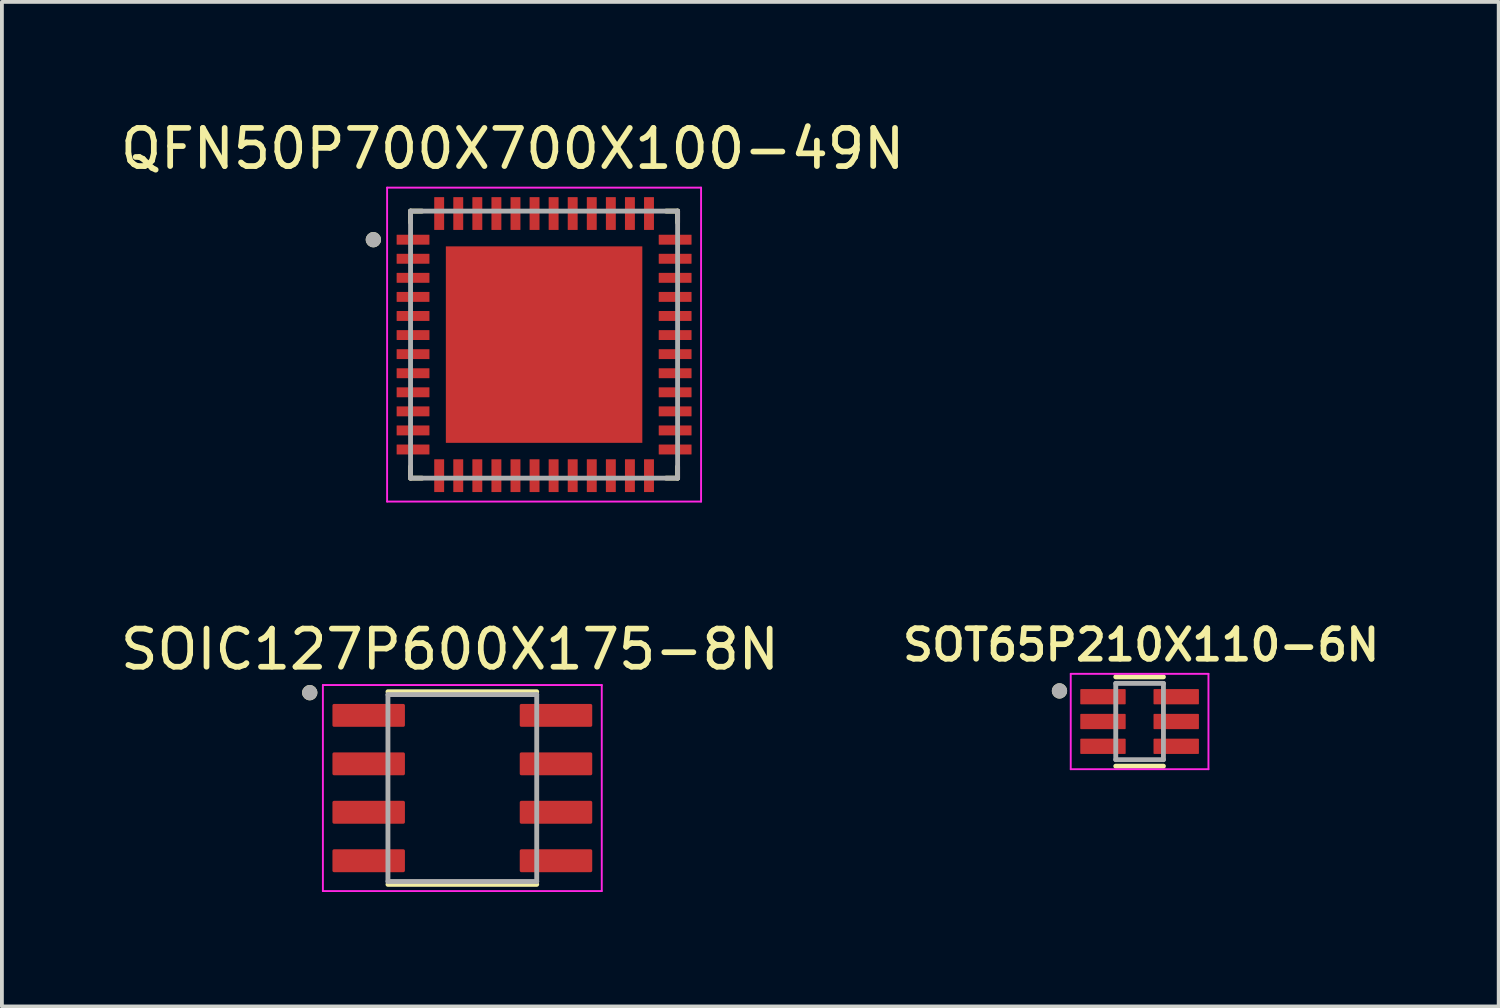
<source format=kicad_pcb>
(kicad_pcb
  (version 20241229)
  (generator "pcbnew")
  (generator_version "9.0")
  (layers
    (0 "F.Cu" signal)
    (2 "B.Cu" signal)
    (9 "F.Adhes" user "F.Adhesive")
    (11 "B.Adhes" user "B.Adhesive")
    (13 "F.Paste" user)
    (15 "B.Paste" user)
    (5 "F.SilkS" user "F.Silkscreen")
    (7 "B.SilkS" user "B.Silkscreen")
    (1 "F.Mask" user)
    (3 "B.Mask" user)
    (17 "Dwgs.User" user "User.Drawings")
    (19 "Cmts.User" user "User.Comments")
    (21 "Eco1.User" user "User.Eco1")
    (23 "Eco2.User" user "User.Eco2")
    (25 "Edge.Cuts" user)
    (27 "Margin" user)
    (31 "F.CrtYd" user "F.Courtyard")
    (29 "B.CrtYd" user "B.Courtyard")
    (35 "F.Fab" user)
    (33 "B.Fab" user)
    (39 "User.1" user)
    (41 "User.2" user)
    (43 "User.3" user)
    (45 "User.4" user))
  (footprint "SOIC127P600X175-8N"
    (layer "F.Cu")
    (at 9.069 17.607)
    (property "Reference" "SOIC127P600X175-8N" (at -0.325 -3.635 0) (layer "F.SilkS") (effects (font (size 1 1) (thickness 0.15))))
    (attr smd)
    (fp_line (start -1.95 -2.525) (end 1.95 -2.525) (stroke (width 0.127) (type solid)) (layer "F.SilkS"))
    (fp_line (start -1.95 2.525) (end 1.95 2.525) (stroke (width 0.127) (type solid)) (layer "F.SilkS"))
    (fp_circle (center -4 -2.5) (end -3.9 -2.5) (stroke (width 0.2) (type solid)) (fill no) (layer "F.SilkS"))
    (fp_line (start -3.655 -2.7) (end -3.655 2.7) (stroke (width 0.05) (type solid)) (layer "F.CrtYd"))
    (fp_line (start -3.655 -2.7) (end 3.655 -2.7) (stroke (width 0.05) (type solid)) (layer "F.CrtYd"))
    (fp_line (start -3.655 2.7) (end 3.655 2.7) (stroke (width 0.05) (type solid)) (layer "F.CrtYd"))
    (fp_line (start 3.655 -2.7) (end 3.655 2.7) (stroke (width 0.05) (type solid)) (layer "F.CrtYd"))
    (fp_line (start -1.95 -2.45) (end -1.95 2.45) (stroke (width 0.127) (type solid)) (layer "F.Fab"))
    (fp_line (start -1.95 -2.45) (end 1.95 -2.45) (stroke (width 0.127) (type solid)) (layer "F.Fab"))
    (fp_line (start -1.95 2.45) (end 1.95 2.45) (stroke (width 0.127) (type solid)) (layer "F.Fab"))
    (fp_line (start 1.95 -2.45) (end 1.95 2.45) (stroke (width 0.127) (type solid)) (layer "F.Fab"))
    (fp_circle (center -4 -2.5) (end -3.9 -2.5) (stroke (width 0.2) (type solid)) (fill no) (layer "F.Fab"))
    (pad "1" smd roundrect (at -2.455 -1.905) (size 1.9 0.6) (layers "F.Cu" "F.Mask" "F.Paste") (roundrect_rratio 0.07))
    (pad "2" smd roundrect (at -2.455 -0.635) (size 1.9 0.6) (layers "F.Cu" "F.Mask" "F.Paste") (roundrect_rratio 0.07))
    (pad "3" smd roundrect (at -2.455 0.635) (size 1.9 0.6) (layers "F.Cu" "F.Mask" "F.Paste") (roundrect_rratio 0.07))
    (pad "4" smd roundrect (at -2.455 1.905) (size 1.9 0.6) (layers "F.Cu" "F.Mask" "F.Paste") (roundrect_rratio 0.07))
    (pad "5" smd roundrect (at 2.455 1.905) (size 1.9 0.6) (layers "F.Cu" "F.Mask" "F.Paste") (roundrect_rratio 0.07))
    (pad "6" smd roundrect (at 2.455 0.635) (size 1.9 0.6) (layers "F.Cu" "F.Mask" "F.Paste") (roundrect_rratio 0.07))
    (pad "7" smd roundrect (at 2.455 -0.635) (size 1.9 0.6) (layers "F.Cu" "F.Mask" "F.Paste") (roundrect_rratio 0.07))
    (pad "8" smd roundrect (at 2.455 -1.905) (size 1.9 0.6) (layers "F.Cu" "F.Mask" "F.Paste") (roundrect_rratio 0.07)))
  (footprint "QFN50P700X700X100-49N"
    (layer "F.Cu")
    (at 11.212 5.983)
    (property "Reference" "QFN50P700X700X100-49N" (at -0.825 -5.135 0) (layer "F.SilkS") (effects (font (size 1 1) (thickness 0.15))))
    (attr smd)
    (fp_line (start -3.5 -3.5) (end -3.5 -3.2) (stroke (width 0.127) (type solid)) (layer "F.SilkS"))
    (fp_line (start -3.5 -3.5) (end -3.2 -3.5) (stroke (width 0.127) (type solid)) (layer "F.SilkS"))
    (fp_line (start -3.5 3.5) (end -3.5 3.2) (stroke (width 0.127) (type solid)) (layer "F.SilkS"))
    (fp_line (start -3.5 3.5) (end -3.2 3.5) (stroke (width 0.127) (type solid)) (layer "F.SilkS"))
    (fp_line (start 3.5 -3.5) (end 3.2 -3.5) (stroke (width 0.127) (type solid)) (layer "F.SilkS"))
    (fp_line (start 3.5 -3.5) (end 3.5 -3.2) (stroke (width 0.127) (type solid)) (layer "F.SilkS"))
    (fp_line (start 3.5 3.5) (end 3.2 3.5) (stroke (width 0.127) (type solid)) (layer "F.SilkS"))
    (fp_line (start 3.5 3.5) (end 3.5 3.2) (stroke (width 0.127) (type solid)) (layer "F.SilkS"))
    (fp_circle (center -4.475 -2.75) (end -4.375 -2.75) (stroke (width 0.2) (type solid)) (fill no) (layer "F.SilkS"))
    (fp_poly (pts (xy -2.1 -2.1) (xy -0.48 -2.1) (xy -0.48 -0.48) (xy -2.1 -0.48)) (stroke (width 0.01) (type solid)) (fill yes) (layer "F.Paste"))
    (fp_poly (pts (xy -2.1 0.48) (xy -0.48 0.48) (xy -0.48 2.1) (xy -2.1 2.1)) (stroke (width 0.01) (type solid)) (fill yes) (layer "F.Paste"))
    (fp_poly (pts (xy 0.48 -2.1) (xy 2.1 -2.1) (xy 2.1 -0.48) (xy 0.48 -0.48)) (stroke (width 0.01) (type solid)) (fill yes) (layer "F.Paste"))
    (fp_poly (pts (xy 0.48 0.48) (xy 2.1 0.48) (xy 2.1 2.1) (xy 0.48 2.1)) (stroke (width 0.01) (type solid)) (fill yes) (layer "F.Paste"))
    (fp_line (start -4.115 -4.115) (end 4.115 -4.115) (stroke (width 0.05) (type solid)) (layer "F.CrtYd"))
    (fp_line (start -4.115 4.115) (end -4.115 -4.115) (stroke (width 0.05) (type solid)) (layer "F.CrtYd"))
    (fp_line (start -4.115 4.115) (end 4.115 4.115) (stroke (width 0.05) (type solid)) (layer "F.CrtYd"))
    (fp_line (start 4.115 4.115) (end 4.115 -4.115) (stroke (width 0.05) (type solid)) (layer "F.CrtYd"))
    (fp_line (start -3.5 3.5) (end -3.5 -3.5) (stroke (width 0.127) (type solid)) (layer "F.Fab"))
    (fp_line (start 3.5 -3.5) (end -3.5 -3.5) (stroke (width 0.127) (type solid)) (layer "F.Fab"))
    (fp_line (start 3.5 3.5) (end -3.5 3.5) (stroke (width 0.127) (type solid)) (layer "F.Fab"))
    (fp_line (start 3.5 3.5) (end 3.5 -3.5) (stroke (width 0.127) (type solid)) (layer "F.Fab"))
    (fp_circle (center -4.475 -2.75) (end -4.375 -2.75) (stroke (width 0.2) (type solid)) (fill no) (layer "F.Fab"))
    (pad "1" smd roundrect (at -3.435 -2.75) (size 0.86 0.26) (layers "F.Cu" "F.Mask" "F.Paste") (roundrect_rratio 0.03))
    (pad "2" smd roundrect (at -3.435 -2.25) (size 0.86 0.26) (layers "F.Cu" "F.Mask" "F.Paste") (roundrect_rratio 0.03))
    (pad "3" smd roundrect (at -3.435 -1.75) (size 0.86 0.26) (layers "F.Cu" "F.Mask" "F.Paste") (roundrect_rratio 0.03))
    (pad "4" smd roundrect (at -3.435 -1.25) (size 0.86 0.26) (layers "F.Cu" "F.Mask" "F.Paste") (roundrect_rratio 0.03))
    (pad "5" smd roundrect (at -3.435 -0.75) (size 0.86 0.26) (layers "F.Cu" "F.Mask" "F.Paste") (roundrect_rratio 0.03))
    (pad "6" smd roundrect (at -3.435 -0.25) (size 0.86 0.26) (layers "F.Cu" "F.Mask" "F.Paste") (roundrect_rratio 0.03))
    (pad "7" smd roundrect (at -3.435 0.25) (size 0.86 0.26) (layers "F.Cu" "F.Mask" "F.Paste") (roundrect_rratio 0.03))
    (pad "8" smd roundrect (at -3.435 0.75) (size 0.86 0.26) (layers "F.Cu" "F.Mask" "F.Paste") (roundrect_rratio 0.03))
    (pad "9" smd roundrect (at -3.435 1.25) (size 0.86 0.26) (layers "F.Cu" "F.Mask" "F.Paste") (roundrect_rratio 0.03))
    (pad "10" smd roundrect (at -3.435 1.75) (size 0.86 0.26) (layers "F.Cu" "F.Mask" "F.Paste") (roundrect_rratio 0.03))
    (pad "11" smd roundrect (at -3.435 2.25) (size 0.86 0.26) (layers "F.Cu" "F.Mask" "F.Paste") (roundrect_rratio 0.03))
    (pad "12" smd roundrect (at -3.435 2.75) (size 0.86 0.26) (layers "F.Cu" "F.Mask" "F.Paste") (roundrect_rratio 0.03))
    (pad "13" smd roundrect (at -2.75 3.435 90) (size 0.86 0.26) (layers "F.Cu" "F.Mask" "F.Paste") (roundrect_rratio 0.03))
    (pad "14" smd roundrect (at -2.25 3.435 90) (size 0.86 0.26) (layers "F.Cu" "F.Mask" "F.Paste") (roundrect_rratio 0.03))
    (pad "15" smd roundrect (at -1.75 3.435 90) (size 0.86 0.26) (layers "F.Cu" "F.Mask" "F.Paste") (roundrect_rratio 0.03))
    (pad "16" smd roundrect (at -1.25 3.435 90) (size 0.86 0.26) (layers "F.Cu" "F.Mask" "F.Paste") (roundrect_rratio 0.03))
    (pad "17" smd roundrect (at -0.75 3.435 90) (size 0.86 0.26) (layers "F.Cu" "F.Mask" "F.Paste") (roundrect_rratio 0.03))
    (pad "18" smd roundrect (at -0.25 3.435 90) (size 0.86 0.26) (layers "F.Cu" "F.Mask" "F.Paste") (roundrect_rratio 0.03))
    (pad "19" smd roundrect (at 0.25 3.435 90) (size 0.86 0.26) (layers "F.Cu" "F.Mask" "F.Paste") (roundrect_rratio 0.03))
    (pad "20" smd roundrect (at 0.75 3.435 90) (size 0.86 0.26) (layers "F.Cu" "F.Mask" "F.Paste") (roundrect_rratio 0.03))
    (pad "21" smd roundrect (at 1.25 3.435 90) (size 0.86 0.26) (layers "F.Cu" "F.Mask" "F.Paste") (roundrect_rratio 0.03))
    (pad "22" smd roundrect (at 1.75 3.435 90) (size 0.86 0.26) (layers "F.Cu" "F.Mask" "F.Paste") (roundrect_rratio 0.03))
    (pad "23" smd roundrect (at 2.25 3.435 90) (size 0.86 0.26) (layers "F.Cu" "F.Mask" "F.Paste") (roundrect_rratio 0.03))
    (pad "24" smd roundrect (at 2.75 3.435 90) (size 0.86 0.26) (layers "F.Cu" "F.Mask" "F.Paste") (roundrect_rratio 0.03))
    (pad "25" smd roundrect (at 3.435 2.75) (size 0.86 0.26) (layers "F.Cu" "F.Mask" "F.Paste") (roundrect_rratio 0.03))
    (pad "26" smd roundrect (at 3.435 2.25) (size 0.86 0.26) (layers "F.Cu" "F.Mask" "F.Paste") (roundrect_rratio 0.03))
    (pad "27" smd roundrect (at 3.435 1.75) (size 0.86 0.26) (layers "F.Cu" "F.Mask" "F.Paste") (roundrect_rratio 0.03))
    (pad "28" smd roundrect (at 3.435 1.25) (size 0.86 0.26) (layers "F.Cu" "F.Mask" "F.Paste") (roundrect_rratio 0.03))
    (pad "29" smd roundrect (at 3.435 0.75) (size 0.86 0.26) (layers "F.Cu" "F.Mask" "F.Paste") (roundrect_rratio 0.03))
    (pad "30" smd roundrect (at 3.435 0.25) (size 0.86 0.26) (layers "F.Cu" "F.Mask" "F.Paste") (roundrect_rratio 0.03))
    (pad "31" smd roundrect (at 3.435 -0.25) (size 0.86 0.26) (layers "F.Cu" "F.Mask" "F.Paste") (roundrect_rratio 0.03))
    (pad "32" smd roundrect (at 3.435 -0.75) (size 0.86 0.26) (layers "F.Cu" "F.Mask" "F.Paste") (roundrect_rratio 0.03))
    (pad "33" smd roundrect (at 3.435 -1.25) (size 0.86 0.26) (layers "F.Cu" "F.Mask" "F.Paste") (roundrect_rratio 0.03))
    (pad "34" smd roundrect (at 3.435 -1.75) (size 0.86 0.26) (layers "F.Cu" "F.Mask" "F.Paste") (roundrect_rratio 0.03))
    (pad "35" smd roundrect (at 3.435 -2.25) (size 0.86 0.26) (layers "F.Cu" "F.Mask" "F.Paste") (roundrect_rratio 0.03))
    (pad "36" smd roundrect (at 3.435 -2.75) (size 0.86 0.26) (layers "F.Cu" "F.Mask" "F.Paste") (roundrect_rratio 0.03))
    (pad "37" smd roundrect (at 2.75 -3.435 90) (size 0.86 0.26) (layers "F.Cu" "F.Mask" "F.Paste") (roundrect_rratio 0.03))
    (pad "38" smd roundrect (at 2.25 -3.435 90) (size 0.86 0.26) (layers "F.Cu" "F.Mask" "F.Paste") (roundrect_rratio 0.03))
    (pad "39" smd roundrect (at 1.75 -3.435 90) (size 0.86 0.26) (layers "F.Cu" "F.Mask" "F.Paste") (roundrect_rratio 0.03))
    (pad "40" smd roundrect (at 1.25 -3.435 90) (size 0.86 0.26) (layers "F.Cu" "F.Mask" "F.Paste") (roundrect_rratio 0.03))
    (pad "41" smd roundrect (at 0.75 -3.435 90) (size 0.86 0.26) (layers "F.Cu" "F.Mask" "F.Paste") (roundrect_rratio 0.03))
    (pad "42" smd roundrect (at 0.25 -3.435 90) (size 0.86 0.26) (layers "F.Cu" "F.Mask" "F.Paste") (roundrect_rratio 0.03))
    (pad "43" smd roundrect (at -0.25 -3.435 90) (size 0.86 0.26) (layers "F.Cu" "F.Mask" "F.Paste") (roundrect_rratio 0.03))
    (pad "44" smd roundrect (at -0.75 -3.435 90) (size 0.86 0.26) (layers "F.Cu" "F.Mask" "F.Paste") (roundrect_rratio 0.03))
    (pad "45" smd roundrect (at -1.25 -3.435 90) (size 0.86 0.26) (layers "F.Cu" "F.Mask" "F.Paste") (roundrect_rratio 0.03))
    (pad "46" smd roundrect (at -1.75 -3.435 90) (size 0.86 0.26) (layers "F.Cu" "F.Mask" "F.Paste") (roundrect_rratio 0.03))
    (pad "47" smd roundrect (at -2.25 -3.435 90) (size 0.86 0.26) (layers "F.Cu" "F.Mask" "F.Paste") (roundrect_rratio 0.03))
    (pad "48" smd roundrect (at -2.75 -3.435 90) (size 0.86 0.26) (layers "F.Cu" "F.Mask" "F.Paste") (roundrect_rratio 0.03))
    (pad "49" smd rect (at 0 0) (size 5.15 5.15) (layers "F.Cu" "F.Mask")))
  (footprint "SOT65P210X110-6N"
    (layer "F.Cu")
    (at 26.822 15.863)
    (property "Reference" "SOT65P210X110-6N" (at 0.04 -2.008 0) (layer "F.SilkS") (effects (font (size 0.8 0.8) (thickness 0.15))))
    (attr smd)
    (fp_line (start -0.625 -1.17) (end 0.625 -1.17) (stroke (width 0.127) (type solid)) (layer "F.SilkS"))
    (fp_line (start -0.625 1.17) (end 0.625 1.17) (stroke (width 0.127) (type solid)) (layer "F.SilkS"))
    (fp_circle (center -2.1 -0.802) (end -2 -0.802) (stroke (width 0.2) (type solid)) (fill no) (layer "F.SilkS"))
    (fp_line (start -1.805 -1.25) (end -1.805 1.25) (stroke (width 0.05) (type solid)) (layer "F.CrtYd"))
    (fp_line (start -1.805 1.25) (end 1.805 1.25) (stroke (width 0.05) (type solid)) (layer "F.CrtYd"))
    (fp_line (start 1.805 -1.25) (end -1.805 -1.25) (stroke (width 0.05) (type solid)) (layer "F.CrtYd"))
    (fp_line (start 1.805 1.25) (end 1.805 -1.25) (stroke (width 0.05) (type solid)) (layer "F.CrtYd"))
    (fp_line (start -0.625 -1) (end -0.625 1) (stroke (width 0.127) (type solid)) (layer "F.Fab"))
    (fp_line (start -0.625 1) (end 0.625 1) (stroke (width 0.127) (type solid)) (layer "F.Fab"))
    (fp_line (start 0.625 -1) (end -0.625 -1) (stroke (width 0.127) (type solid)) (layer "F.Fab"))
    (fp_line (start 0.625 1) (end 0.625 -1) (stroke (width 0.127) (type solid)) (layer "F.Fab"))
    (fp_circle (center -2.1 -0.802) (end -2 -0.802) (stroke (width 0.2) (type solid)) (fill no) (layer "F.Fab"))
    (pad "1" smd roundrect (at -0.96 -0.65) (size 1.19 0.4) (layers "F.Cu" "F.Mask" "F.Paste") (roundrect_rratio 0.05))
    (pad "2" smd roundrect (at -0.96 0) (size 1.19 0.4) (layers "F.Cu" "F.Mask" "F.Paste") (roundrect_rratio 0.05))
    (pad "3" smd roundrect (at -0.96 0.65) (size 1.19 0.4) (layers "F.Cu" "F.Mask" "F.Paste") (roundrect_rratio 0.05))
    (pad "4" smd roundrect (at 0.96 0.65) (size 1.19 0.4) (layers "F.Cu" "F.Mask" "F.Paste") (roundrect_rratio 0.05))
    (pad "5" smd roundrect (at 0.96 0) (size 1.19 0.4) (layers "F.Cu" "F.Mask" "F.Paste") (roundrect_rratio 0.05))
    (pad "6" smd roundrect (at 0.96 -0.65) (size 1.19 0.4) (layers "F.Cu" "F.Mask" "F.Paste") (roundrect_rratio 0.05)))
  (gr_rect
    (start -3 -3)
    (end 36.235 23.331)
    (stroke (width 0.1) (type default))
    (fill no)
    (layer "Edge.Cuts")))
</source>
